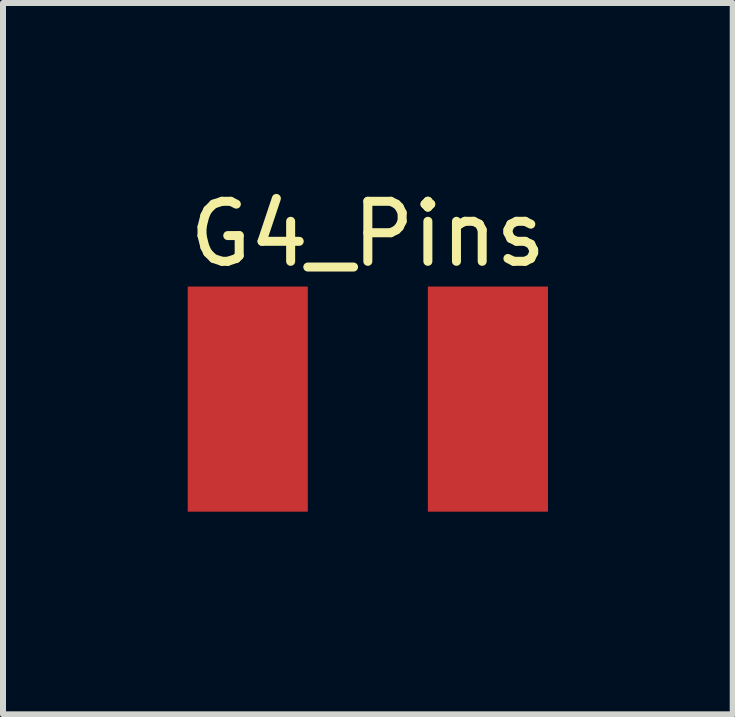
<source format=kicad_pcb>
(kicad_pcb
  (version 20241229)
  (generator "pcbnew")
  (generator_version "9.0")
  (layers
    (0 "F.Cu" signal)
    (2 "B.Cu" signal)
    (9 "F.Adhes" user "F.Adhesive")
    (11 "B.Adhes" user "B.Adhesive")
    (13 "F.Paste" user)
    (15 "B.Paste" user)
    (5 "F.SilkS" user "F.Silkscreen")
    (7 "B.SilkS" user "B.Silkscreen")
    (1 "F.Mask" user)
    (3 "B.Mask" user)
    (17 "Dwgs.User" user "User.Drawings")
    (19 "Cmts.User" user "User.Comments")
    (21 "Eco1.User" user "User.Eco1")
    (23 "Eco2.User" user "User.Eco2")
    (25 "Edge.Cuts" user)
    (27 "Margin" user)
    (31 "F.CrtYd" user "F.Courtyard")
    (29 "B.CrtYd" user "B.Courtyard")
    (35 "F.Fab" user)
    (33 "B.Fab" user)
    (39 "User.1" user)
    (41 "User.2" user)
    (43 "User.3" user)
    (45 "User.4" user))
  (footprint "G4_Pins"
    (layer "F.Cu")
    (at 3.077 5.598)
    (property "Reference" "G4_Pins" (at 0 -4.75 0) (layer "F.SilkS") (effects (font (size 1 1) (thickness 0.15))))
    (attr through_hole)
    (pad "1" smd rect (at -2 -2) (size 2 3.75) (layers "F.Cu" "F.Mask" "F.Paste"))
    (pad "2" smd rect (at 2 -2) (size 2 3.75) (layers "F.Cu" "F.Mask" "F.Paste")))
  (gr_rect
    (start -3 -3)
    (end 9.155 8.848)
    (stroke (width 0.1) (type default))
    (fill no)
    (layer "Edge.Cuts")))
</source>
